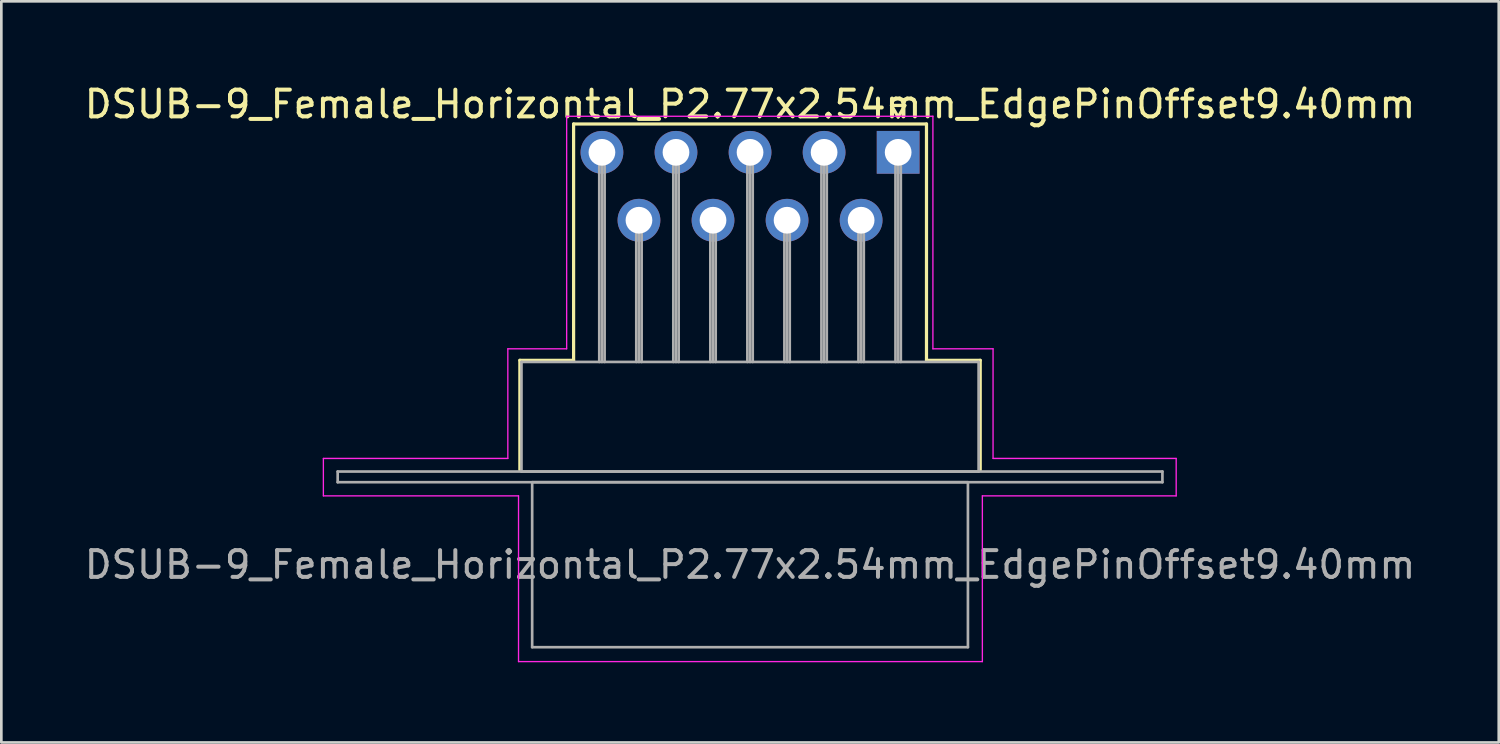
<source format=kicad_pcb>
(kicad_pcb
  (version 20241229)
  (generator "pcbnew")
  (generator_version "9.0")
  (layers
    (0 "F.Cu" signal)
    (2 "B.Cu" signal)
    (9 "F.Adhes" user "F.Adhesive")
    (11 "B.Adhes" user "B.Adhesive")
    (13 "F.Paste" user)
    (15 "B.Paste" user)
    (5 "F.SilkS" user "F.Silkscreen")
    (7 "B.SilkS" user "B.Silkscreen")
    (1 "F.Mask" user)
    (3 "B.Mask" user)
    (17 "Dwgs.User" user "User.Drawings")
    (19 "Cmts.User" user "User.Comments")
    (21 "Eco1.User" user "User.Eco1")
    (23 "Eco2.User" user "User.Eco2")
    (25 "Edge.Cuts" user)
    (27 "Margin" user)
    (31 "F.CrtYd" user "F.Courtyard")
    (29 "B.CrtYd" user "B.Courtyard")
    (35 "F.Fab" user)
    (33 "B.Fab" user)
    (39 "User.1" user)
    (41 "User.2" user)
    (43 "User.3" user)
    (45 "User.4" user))
  (footprint "DSUB-9_Female_Horizontal_P2.77x2.54mm_EdgePinOffset9.40mm"
    (layer "F.Cu")
    (at 30.546 2.648)
    (property "Reference" "DSUB-9_Female_Horizontal_P2.77x2.54mm_EdgePinOffset9.40mm" (at -5.54 -1.8 0) (layer "F.SilkS") (effects (font (size 1 1) (thickness 0.15))))
    (attr through_hole)
    (fp_line (start -14.15 7.78) (end -12.14 7.78) (stroke (width 0.12) (type solid)) (layer "F.SilkS"))
    (fp_line (start -14.15 11.88) (end -14.15 7.78) (stroke (width 0.12) (type solid)) (layer "F.SilkS"))
    (fp_line (start -12.14 -1.06) (end 1.06 -1.06) (stroke (width 0.12) (type solid)) (layer "F.SilkS"))
    (fp_line (start -12.14 7.78) (end -12.14 -1.06) (stroke (width 0.12) (type solid)) (layer "F.SilkS"))
    (fp_line (start -0.25 -1.754) (end 0.25 -1.754) (stroke (width 0.12) (type solid)) (layer "F.SilkS"))
    (fp_line (start 0 -1.321) (end -0.25 -1.754) (stroke (width 0.12) (type solid)) (layer "F.SilkS"))
    (fp_line (start 0.25 -1.754) (end 0 -1.321) (stroke (width 0.12) (type solid)) (layer "F.SilkS"))
    (fp_line (start 1.06 -1.06) (end 1.06 7.78) (stroke (width 0.12) (type solid)) (layer "F.SilkS"))
    (fp_line (start 1.06 7.78) (end 3.07 7.78) (stroke (width 0.12) (type solid)) (layer "F.SilkS"))
    (fp_line (start 3.07 7.78) (end 3.07 11.88) (stroke (width 0.12) (type solid)) (layer "F.SilkS"))
    (fp_line (start -21.5 11.45) (end -14.6 11.45) (stroke (width 0.05) (type solid)) (layer "F.CrtYd"))
    (fp_line (start -21.5 12.85) (end -21.5 11.45) (stroke (width 0.05) (type solid)) (layer "F.CrtYd"))
    (fp_line (start -14.6 7.35) (end -12.4 7.35) (stroke (width 0.05) (type solid)) (layer "F.CrtYd"))
    (fp_line (start -14.6 11.45) (end -14.6 7.35) (stroke (width 0.05) (type solid)) (layer "F.CrtYd"))
    (fp_line (start -14.2 12.85) (end -21.5 12.85) (stroke (width 0.05) (type solid)) (layer "F.CrtYd"))
    (fp_line (start -14.2 19.05) (end -14.2 12.85) (stroke (width 0.05) (type solid)) (layer "F.CrtYd"))
    (fp_line (start -12.4 -1.35) (end 1.3 -1.35) (stroke (width 0.05) (type solid)) (layer "F.CrtYd"))
    (fp_line (start -12.4 7.35) (end -12.4 -1.35) (stroke (width 0.05) (type solid)) (layer "F.CrtYd"))
    (fp_line (start 1.3 -1.35) (end 1.3 7.35) (stroke (width 0.05) (type solid)) (layer "F.CrtYd"))
    (fp_line (start 1.3 7.35) (end 3.55 7.35) (stroke (width 0.05) (type solid)) (layer "F.CrtYd"))
    (fp_line (start 3.15 12.85) (end 3.15 19.05) (stroke (width 0.05) (type solid)) (layer "F.CrtYd"))
    (fp_line (start 3.15 19.05) (end -14.2 19.05) (stroke (width 0.05) (type solid)) (layer "F.CrtYd"))
    (fp_line (start 3.55 7.35) (end 3.55 11.45) (stroke (width 0.05) (type solid)) (layer "F.CrtYd"))
    (fp_line (start 3.55 11.45) (end 10.4 11.45) (stroke (width 0.05) (type solid)) (layer "F.CrtYd"))
    (fp_line (start 10.4 11.45) (end 10.4 12.85) (stroke (width 0.05) (type solid)) (layer "F.CrtYd"))
    (fp_line (start 10.4 12.85) (end 3.15 12.85) (stroke (width 0.05) (type solid)) (layer "F.CrtYd"))
    (fp_line (start -20.965 11.94) (end -20.965 12.34) (stroke (width 0.1) (type solid)) (layer "F.Fab"))
    (fp_line (start -20.965 12.34) (end 9.885 12.34) (stroke (width 0.1) (type solid)) (layer "F.Fab"))
    (fp_line (start -14.09 7.84) (end -14.09 11.94) (stroke (width 0.1) (type solid)) (layer "F.Fab"))
    (fp_line (start -14.09 11.94) (end 3.01 11.94) (stroke (width 0.1) (type solid)) (layer "F.Fab"))
    (fp_line (start -13.69 12.34) (end -13.69 18.51) (stroke (width 0.1) (type solid)) (layer "F.Fab"))
    (fp_line (start -13.69 18.51) (end 2.61 18.51) (stroke (width 0.1) (type solid)) (layer "F.Fab"))
    (fp_line (start -11.18 0) (end -11.18 7.84) (stroke (width 0.1) (type solid)) (layer "F.Fab"))
    (fp_line (start -11.08 0) (end -11.08 7.84) (stroke (width 0.1) (type solid)) (layer "F.Fab"))
    (fp_line (start -10.98 0) (end -10.98 7.84) (stroke (width 0.1) (type solid)) (layer "F.Fab"))
    (fp_line (start -9.795 2.54) (end -9.795 7.84) (stroke (width 0.1) (type solid)) (layer "F.Fab"))
    (fp_line (start -9.695 2.54) (end -9.695 7.84) (stroke (width 0.1) (type solid)) (layer "F.Fab"))
    (fp_line (start -9.595 2.54) (end -9.595 7.84) (stroke (width 0.1) (type solid)) (layer "F.Fab"))
    (fp_line (start -8.41 0) (end -8.41 7.84) (stroke (width 0.1) (type solid)) (layer "F.Fab"))
    (fp_line (start -8.31 0) (end -8.31 7.84) (stroke (width 0.1) (type solid)) (layer "F.Fab"))
    (fp_line (start -8.21 0) (end -8.21 7.84) (stroke (width 0.1) (type solid)) (layer "F.Fab"))
    (fp_line (start -7.025 2.54) (end -7.025 7.84) (stroke (width 0.1) (type solid)) (layer "F.Fab"))
    (fp_line (start -6.925 2.54) (end -6.925 7.84) (stroke (width 0.1) (type solid)) (layer "F.Fab"))
    (fp_line (start -6.825 2.54) (end -6.825 7.84) (stroke (width 0.1) (type solid)) (layer "F.Fab"))
    (fp_line (start -5.64 0) (end -5.64 7.84) (stroke (width 0.1) (type solid)) (layer "F.Fab"))
    (fp_line (start -5.54 0) (end -5.54 7.84) (stroke (width 0.1) (type solid)) (layer "F.Fab"))
    (fp_line (start -5.44 0) (end -5.44 7.84) (stroke (width 0.1) (type solid)) (layer "F.Fab"))
    (fp_line (start -4.255 2.54) (end -4.255 7.84) (stroke (width 0.1) (type solid)) (layer "F.Fab"))
    (fp_line (start -4.155 2.54) (end -4.155 7.84) (stroke (width 0.1) (type solid)) (layer "F.Fab"))
    (fp_line (start -4.055 2.54) (end -4.055 7.84) (stroke (width 0.1) (type solid)) (layer "F.Fab"))
    (fp_line (start -2.87 0) (end -2.87 7.84) (stroke (width 0.1) (type solid)) (layer "F.Fab"))
    (fp_line (start -2.77 0) (end -2.77 7.84) (stroke (width 0.1) (type solid)) (layer "F.Fab"))
    (fp_line (start -2.67 0) (end -2.67 7.84) (stroke (width 0.1) (type solid)) (layer "F.Fab"))
    (fp_line (start -1.485 2.54) (end -1.485 7.84) (stroke (width 0.1) (type solid)) (layer "F.Fab"))
    (fp_line (start -1.385 2.54) (end -1.385 7.84) (stroke (width 0.1) (type solid)) (layer "F.Fab"))
    (fp_line (start -1.285 2.54) (end -1.285 7.84) (stroke (width 0.1) (type solid)) (layer "F.Fab"))
    (fp_line (start -0.1 0) (end -0.1 7.84) (stroke (width 0.1) (type solid)) (layer "F.Fab"))
    (fp_line (start 0 0) (end 0 7.84) (stroke (width 0.1) (type solid)) (layer "F.Fab"))
    (fp_line (start 0.1 0) (end 0.1 7.84) (stroke (width 0.1) (type solid)) (layer "F.Fab"))
    (fp_line (start 2.61 12.34) (end -13.69 12.34) (stroke (width 0.1) (type solid)) (layer "F.Fab"))
    (fp_line (start 2.61 18.51) (end 2.61 12.34) (stroke (width 0.1) (type solid)) (layer "F.Fab"))
    (fp_line (start 3.01 7.84) (end -14.09 7.84) (stroke (width 0.1) (type solid)) (layer "F.Fab"))
    (fp_line (start 3.01 11.94) (end 3.01 7.84) (stroke (width 0.1) (type solid)) (layer "F.Fab"))
    (fp_line (start 9.885 11.94) (end -20.965 11.94) (stroke (width 0.1) (type solid)) (layer "F.Fab"))
    (fp_line (start 9.885 12.34) (end 9.885 11.94) (stroke (width 0.1) (type solid)) (layer "F.Fab"))
    (fp_text user "${REFERENCE}" (at -5.54 15.425 0) (layer "F.Fab") (effects (font (size 1 1) (thickness 0.15))))
    (pad "1" thru_hole rect (at 0 0) (size 1.6 1.6) (drill 1) (layers "*.Cu" "*.Mask"))
    (pad "2" thru_hole circle (at -2.77 0) (size 1.6 1.6) (drill 1) (layers "*.Cu" "*.Mask"))
    (pad "3" thru_hole circle (at -5.54 0) (size 1.6 1.6) (drill 1) (layers "*.Cu" "*.Mask"))
    (pad "4" thru_hole circle (at -8.31 0) (size 1.6 1.6) (drill 1) (layers "*.Cu" "*.Mask"))
    (pad "5" thru_hole circle (at -11.08 0) (size 1.6 1.6) (drill 1) (layers "*.Cu" "*.Mask"))
    (pad "6" thru_hole circle (at -1.385 2.54) (size 1.6 1.6) (drill 1) (layers "*.Cu" "*.Mask"))
    (pad "7" thru_hole circle (at -4.155 2.54) (size 1.6 1.6) (drill 1) (layers "*.Cu" "*.Mask"))
    (pad "8" thru_hole circle (at -6.925 2.54) (size 1.6 1.6) (drill 1) (layers "*.Cu" "*.Mask"))
    (pad "9" thru_hole circle (at -9.695 2.54) (size 1.6 1.6) (drill 1) (layers "*.Cu" "*.Mask")))
  (gr_rect
    (start -3 -3)
    (end 53.012 24.723)
    (stroke (width 0.1) (type default))
    (fill no)
    (layer "Edge.Cuts")))
</source>
